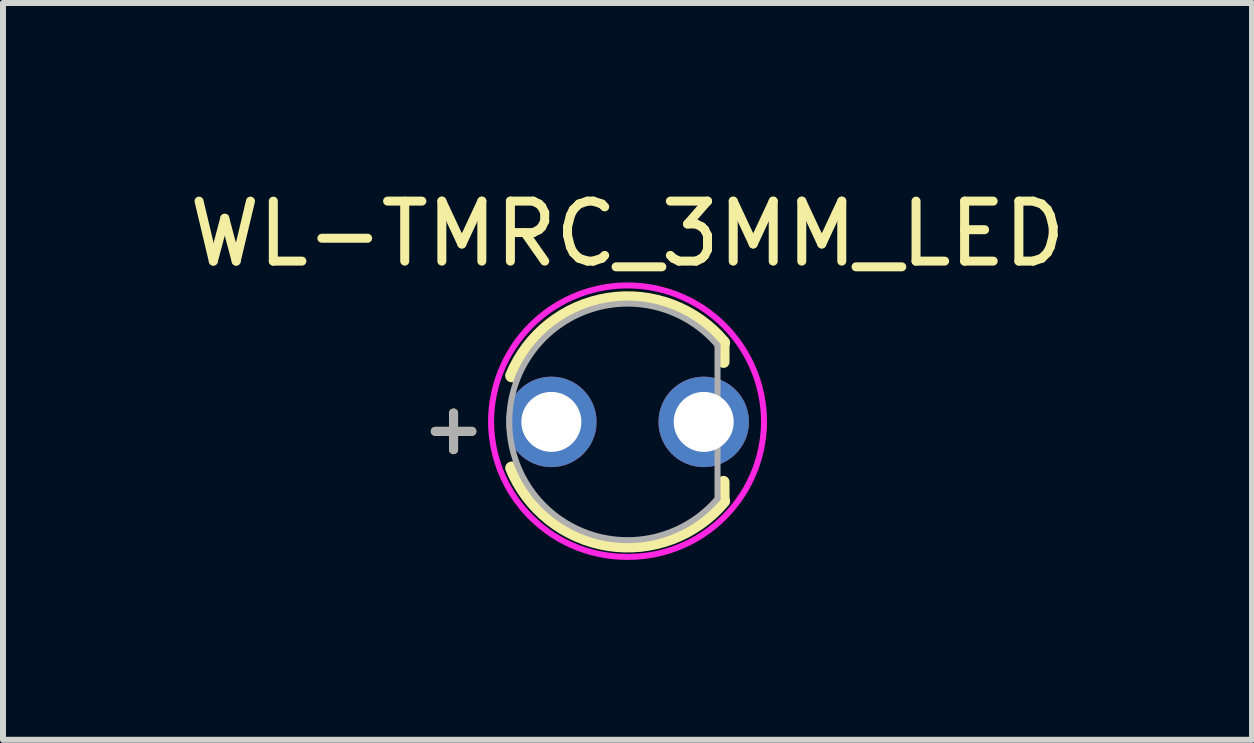
<source format=kicad_pcb>
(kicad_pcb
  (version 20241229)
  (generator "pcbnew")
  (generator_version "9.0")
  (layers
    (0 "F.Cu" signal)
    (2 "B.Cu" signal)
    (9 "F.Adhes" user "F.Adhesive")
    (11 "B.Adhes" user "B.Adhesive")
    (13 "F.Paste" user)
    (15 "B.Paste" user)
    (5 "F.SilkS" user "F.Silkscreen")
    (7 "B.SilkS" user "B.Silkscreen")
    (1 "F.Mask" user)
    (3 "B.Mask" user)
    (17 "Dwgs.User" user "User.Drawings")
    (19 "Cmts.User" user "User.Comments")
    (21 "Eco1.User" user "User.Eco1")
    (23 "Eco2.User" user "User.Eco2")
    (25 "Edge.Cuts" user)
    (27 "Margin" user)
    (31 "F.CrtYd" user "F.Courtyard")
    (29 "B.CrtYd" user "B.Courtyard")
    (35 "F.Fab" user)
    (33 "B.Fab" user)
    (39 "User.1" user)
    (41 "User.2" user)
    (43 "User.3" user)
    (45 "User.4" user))
  (footprint "WL-TMRC_3MM_LED"
    (layer "F.Cu")
    (at 7.411 3.983)
    (property "Reference" "WL-TMRC_3MM_LED" (at 0 -3.135 0) (layer "F.SilkS") (effects (font (size 1 1) (thickness 0.15))))
    (attr through_hole)
    (fp_line (start 1.6 -1) (end 1.6 -1.32) (stroke (width 0.2) (type solid)) (layer "F.SilkS"))
    (fp_line (start 1.6 1) (end 1.6 1.32) (stroke (width 0.2) (type solid)) (layer "F.SilkS"))
    (fp_arc (start -1.93 -0.77) (mid -0.320357 -2.042116) (end 1.600001 -1.32) (stroke (width 0.22) (type solid)) (layer "F.SilkS"))
    (fp_arc (start 1.600001 1.32) (mid -0.320357 2.042116) (end -1.93 0.77) (stroke (width 0.22) (type solid)) (layer "F.SilkS"))
    (fp_poly (pts (xy 0 2.25) (xy -0.131 2.247) (xy -0.249 2.238) (xy -0.366 2.222) (xy -0.483 2.201) (xy -0.598 2.173) (xy -0.712 2.139) (xy -0.823 2.1) (xy -0.933 2.054) (xy -1.04 2.003) (xy -1.144 1.947) (xy -1.245 1.885) (xy -1.342 1.818) (xy -1.436 1.746) (xy -1.526 1.669) (xy -1.612 1.587) (xy -1.694 1.501) (xy -1.771 1.411) (xy -1.843 1.317) (xy -1.91 1.22) (xy -1.972 1.119) (xy -2.028 1.015) (xy -2.079 0.908) (xy -2.125 0.798) (xy -2.164 0.687) (xy -2.198 0.573) (xy -2.226 0.458) (xy -2.247 0.341) (xy -2.263 0.224) (xy -2.272 0.106) (xy -2.275 0) (xy -2.272 -0.119) (xy -2.263 -0.238) (xy -2.247 -0.356) (xy -2.225 -0.473) (xy -2.197 -0.589) (xy -2.164 -0.703) (xy -2.124 -0.815) (xy -2.078 -0.925) (xy -2.027 -1.033) (xy -1.97 -1.137) (xy -1.908 -1.239) (xy -1.841 -1.337) (xy -1.768 -1.432) (xy -1.691 -1.522) (xy -1.609 -1.609) (xy -1.522 -1.691) (xy -1.432 -1.768) (xy -1.337 -1.841) (xy -1.239 -1.908) (xy -1.137 -1.97) (xy -1.033 -2.027) (xy -0.925 -2.078) (xy -0.815 -2.124) (xy -0.703 -2.164) (xy -0.589 -2.197) (xy -0.473 -2.225) (xy -0.356 -2.247) (xy -0.238 -2.263) (xy -0.119 -2.272) (xy 0 -2.275) (xy 0.119 -2.272) (xy 0.238 -2.263) (xy 0.356 -2.247) (xy 0.473 -2.225) (xy 0.589 -2.197) (xy 0.703 -2.164) (xy 0.815 -2.124) (xy 0.925 -2.078) (xy 1.033 -2.027) (xy 1.138 -1.97) (xy 1.239 -1.908) (xy 1.337 -1.841) (xy 1.432 -1.768) (xy 1.522 -1.691) (xy 1.609 -1.609) (xy 1.691 -1.522) (xy 1.768 -1.432) (xy 1.841 -1.337) (xy 1.908 -1.239) (xy 1.97 -1.137) (xy 2.027 -1.033) (xy 2.078 -0.925) (xy 2.124 -0.815) (xy 2.164 -0.703) (xy 2.197 -0.589) (xy 2.225 -0.473) (xy 2.247 -0.356) (xy 2.263 -0.238) (xy 2.272 -0.119) (xy 2.275 0) (xy 2.272 0.106) (xy 2.263 0.224) (xy 2.247 0.341) (xy 2.226 0.458) (xy 2.198 0.573) (xy 2.164 0.687) (xy 2.125 0.798) (xy 2.079 0.908) (xy 2.028 1.015) (xy 1.972 1.119) (xy 1.91 1.22) (xy 1.843 1.317) (xy 1.771 1.411) (xy 1.694 1.501) (xy 1.612 1.587) (xy 1.526 1.669) (xy 1.436 1.746) (xy 1.342 1.818) (xy 1.245 1.885) (xy 1.144 1.947) (xy 1.04 2.003) (xy 0.933 2.054) (xy 0.823 2.1) (xy 0.712 2.139) (xy 0.598 2.173) (xy 0.483 2.201) (xy 0.366 2.222) (xy 0.249 2.238) (xy 0.131 2.247) (xy 0 2.25)) (stroke (width 0.1) (type solid)) (fill no) (layer "F.CrtYd"))
    (fp_line (start 1.5 -1.28) (end 1.5 1.28) (stroke (width 0.1) (type solid)) (layer "F.Fab"))
    (fp_arc (start 1.5 1.28) (mid -1.971131 0) (end 1.5 -1.28) (stroke (width 0.1) (type solid)) (layer "F.Fab"))
    (fp_text user "+" (at -2.9 0.1 0) (layer "F.SilkS") (effects (font (size 0.8 0.8) (thickness 0.15))))
    (fp_text user "+" (at -2.9 0.1 0) (layer "F.Fab") (effects (font (size 0.8 0.8) (thickness 0.15))))
    (pad "1" thru_hole circle (at -1.27 0) (size 1.508 1.508) (drill 1) (layers "*.Cu" "*.Mask"))
    (pad "2" thru_hole circle (at 1.27 0) (size 1.508 1.508) (drill 1) (layers "*.Cu" "*.Mask")))
  (gr_rect
    (start -3 -3)
    (end 17.821 9.283)
    (stroke (width 0.1) (type default))
    (fill no)
    (layer "Edge.Cuts")))
</source>
